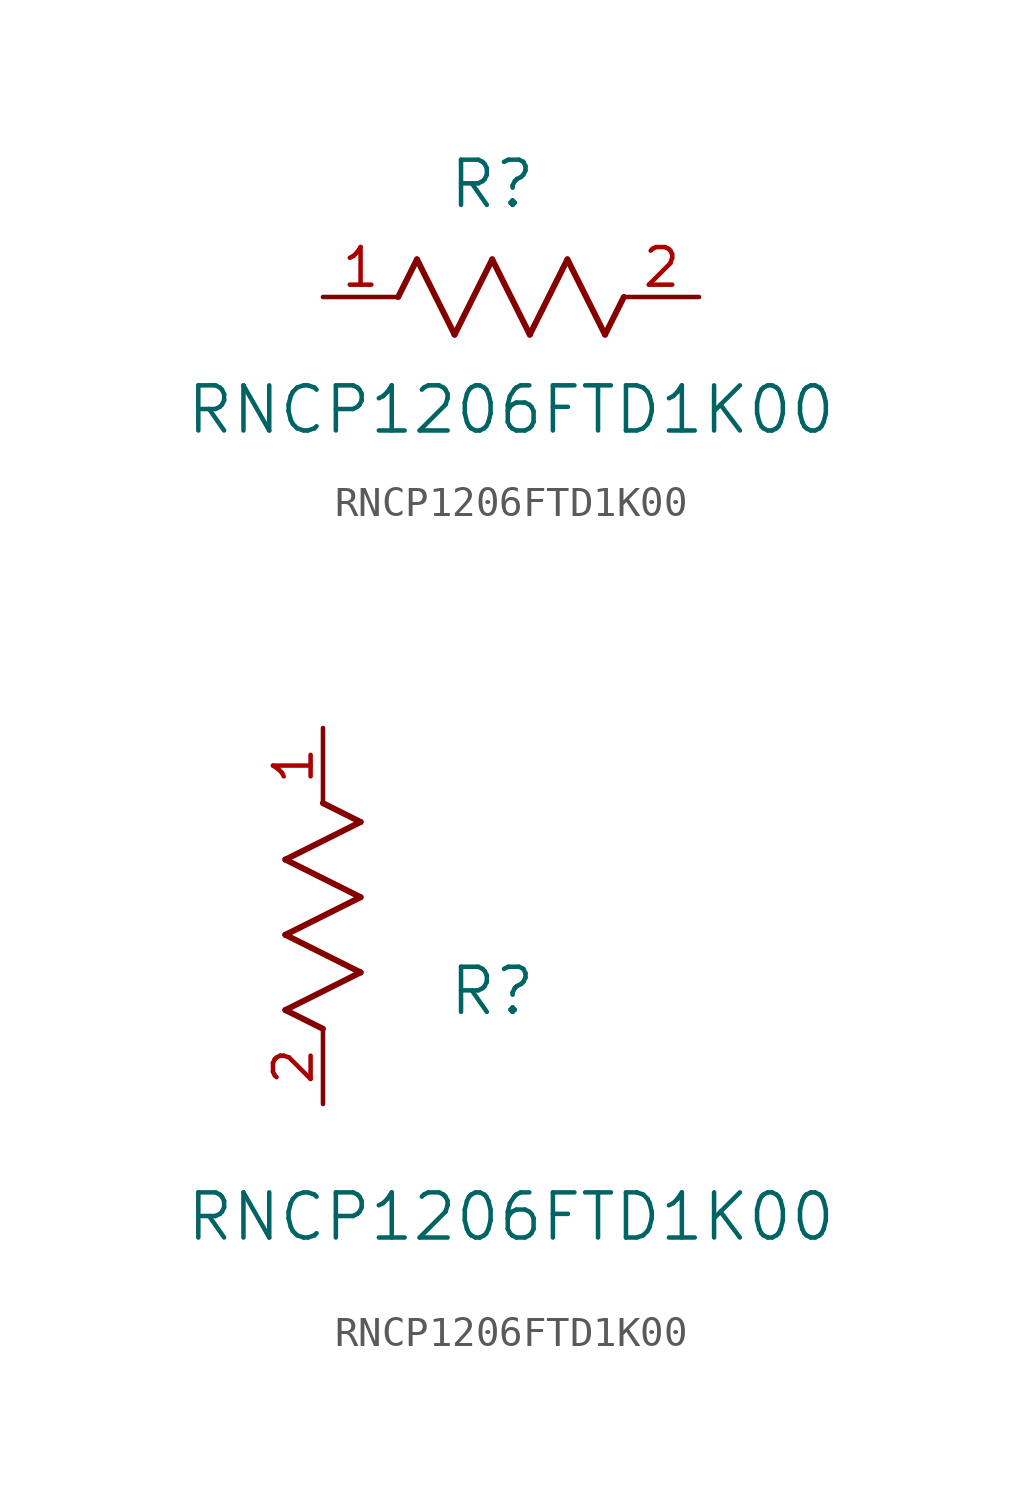
<source format=kicad_sym>
(kicad_symbol_lib
  (version 20211014)
  (generator kicad_symbol_editor)
  (symbol "RNCP1206FTD1K00"
    (pin_names
      (offset 0.254))
    (property "Reference" "R"
      (at 5.715 3.81 0)
      (effects (font (size 1.524 1.524))))
    (property "Value" "RNCP1206FTD1K00"
      (at 6.35 -3.81 0)
      (effects (font (size 1.524 1.524))))
    (symbol "RNCP1206FTD1K00_1_1"
      (polyline (pts (xy 3.175 1.27) (xy 4.445 -1.27)) (stroke (width 0.203) (type default) (color 0 0 0 0)) (fill (type none)))
      (polyline (pts (xy 4.445 -1.27) (xy 5.715 1.27)) (stroke (width 0.203) (type default) (color 0 0 0 0)) (fill (type none)))
      (polyline (pts (xy 5.715 1.27) (xy 6.985 -1.27)) (stroke (width 0.203) (type default) (color 0 0 0 0)) (fill (type none)))
      (polyline (pts (xy 6.985 -1.27) (xy 8.255 1.27)) (stroke (width 0.203) (type default) (color 0 0 0 0)) (fill (type none)))
      (polyline (pts (xy 8.255 1.27) (xy 9.525 -1.27)) (stroke (width 0.203) (type default) (color 0 0 0 0)) (fill (type none)))
      (polyline (pts (xy 2.54 0) (xy 3.175 1.27)) (stroke (width 0.203) (type default) (color 0 0 0 0)) (fill (type none)))
      (polyline (pts (xy 9.525 -1.27) (xy 10.16 0)) (stroke (width 0.203) (type default) (color 0 0 0 0)) (fill (type none)))
      (pin unspecified line (at 0 0 0) (length 2.54) (name "" (effects (font (size 1.27 1.27)))) (number "1" (effects (font (size 1.27 1.27)))))
      (pin unspecified line (at 12.7 0 180) (length 2.54) (name "" (effects (font (size 1.27 1.27)))) (number "2" (effects (font (size 1.27 1.27))))))
    (symbol "RNCP1206FTD1K00_1_2"
      (polyline (pts (xy 0 2.54) (xy -1.27 3.175)) (stroke (width 0.203) (type default) (color 0 0 0 0)) (fill (type none)))
      (polyline (pts (xy -1.27 3.175) (xy 1.27 4.445)) (stroke (width 0.203) (type default) (color 0 0 0 0)) (fill (type none)))
      (polyline (pts (xy 1.27 4.445) (xy -1.27 5.715)) (stroke (width 0.203) (type default) (color 0 0 0 0)) (fill (type none)))
      (polyline (pts (xy -1.27 5.715) (xy 1.27 6.985)) (stroke (width 0.203) (type default) (color 0 0 0 0)) (fill (type none)))
      (polyline (pts (xy -1.27 8.255) (xy 1.27 9.525)) (stroke (width 0.203) (type default) (color 0 0 0 0)) (fill (type none)))
      (polyline (pts (xy 1.27 9.525) (xy 0 10.16)) (stroke (width 0.203) (type default) (color 0 0 0 0)) (fill (type none)))
      (polyline (pts (xy 1.27 6.985) (xy -1.27 8.255)) (stroke (width 0.203) (type default) (color 0 0 0 0)) (fill (type none)))
      (pin unspecified line (at 0 12.7 270) (length 2.54) (name "" (effects (font (size 1.27 1.27)))) (number "1" (effects (font (size 1.27 1.27)))))
      (pin unspecified line (at 0 0 90) (length 2.54) (name "" (effects (font (size 1.27 1.27)))) (number "2" (effects (font (size 1.27 1.27))))))))
</source>
